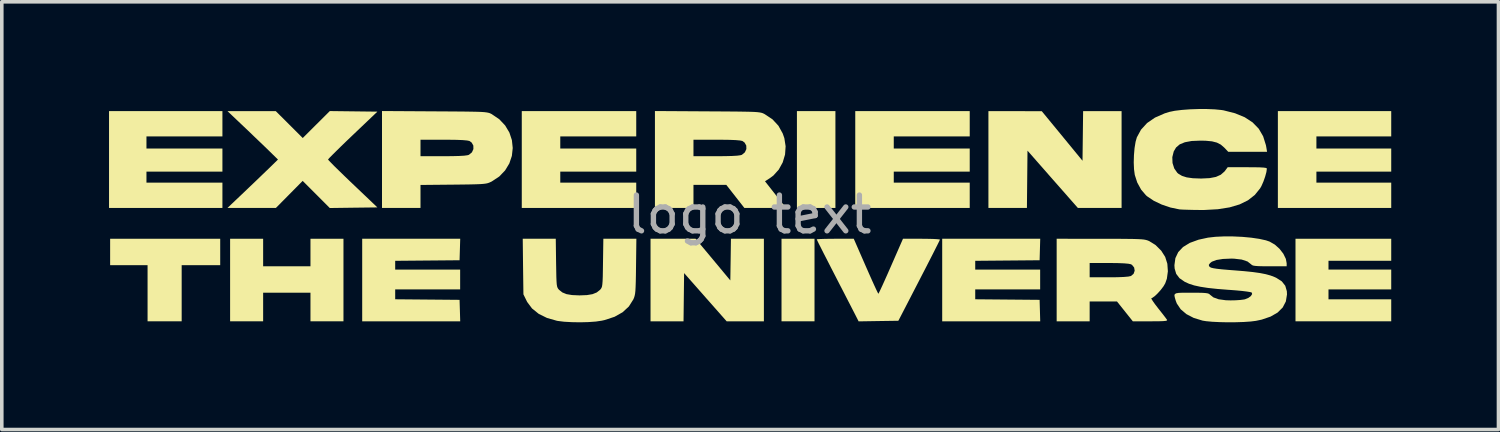
<source format=kicad_pcb>
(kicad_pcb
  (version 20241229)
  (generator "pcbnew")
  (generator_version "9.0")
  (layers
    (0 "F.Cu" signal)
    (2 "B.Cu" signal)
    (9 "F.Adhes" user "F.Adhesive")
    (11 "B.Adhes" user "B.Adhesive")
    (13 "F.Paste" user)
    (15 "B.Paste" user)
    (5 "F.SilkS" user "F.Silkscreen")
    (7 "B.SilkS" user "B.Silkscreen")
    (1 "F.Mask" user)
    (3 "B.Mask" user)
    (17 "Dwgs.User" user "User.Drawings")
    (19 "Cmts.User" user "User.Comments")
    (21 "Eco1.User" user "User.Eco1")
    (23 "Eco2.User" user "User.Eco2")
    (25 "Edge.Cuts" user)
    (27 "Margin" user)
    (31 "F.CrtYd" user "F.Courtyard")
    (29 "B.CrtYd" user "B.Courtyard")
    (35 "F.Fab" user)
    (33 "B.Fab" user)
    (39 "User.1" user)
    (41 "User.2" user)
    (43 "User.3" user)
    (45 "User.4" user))
  (footprint "logo text"
    (layer "F.Cu")
    (at 17.919 2.952)
    (property "Reference" "logo text" (at 0 0 0) (layer "F.Fab") (effects (font (size 1 1) (thickness 0.15))))
    (attr board_only exclude_from_pos_files exclude_from_bom)
    (fp_poly (pts (xy 1.816 2.986) (xy 0.893 2.986) (xy 0.893 0.677) (xy 1.816 0.677)) (stroke (width 0) (type solid)) (fill yes) (layer "F.SilkS"))
    (fp_poly (pts (xy 2.401 -0.185) (xy 1.324 -0.185) (xy 1.324 -2.894) (xy 2.401 -2.894)) (stroke (width 0) (type solid)) (fill yes) (layer "F.SilkS"))
    (fp_poly (pts (xy -14.809 1.416) (xy -15.887 1.416) (xy -15.887 2.986) (xy -16.841 2.986) (xy -16.841 1.416) (xy -17.888 1.416) (xy -17.888 0.677) (xy -14.809 0.677)) (stroke (width 0) (type solid)) (fill yes) (layer "F.SilkS"))
    (fp_poly (pts (xy -14.747 -2.186) (xy -16.872 -2.186) (xy -16.872 -1.847) (xy -14.747 -1.847) (xy -14.747 -1.201) (xy -16.872 -1.201) (xy -16.872 -0.893) (xy -14.747 -0.893) (xy -14.747 -0.185) (xy -17.919 -0.185) (xy -17.919 -2.894) (xy -14.747 -2.894)) (stroke (width 0) (type solid)) (fill yes) (layer "F.SilkS"))
    (fp_poly (pts (xy -13.608 1.447) (xy -12.284 1.447) (xy -12.284 0.677) (xy -11.361 0.677) (xy -11.361 2.986) (xy -12.284 2.986) (xy -12.284 2.186) (xy -13.608 2.186) (xy -13.608 2.986) (xy -14.532 2.986) (xy -14.532 0.677) (xy -13.608 0.677)) (stroke (width 0) (type solid)) (fill yes) (layer "F.SilkS"))
    (fp_poly (pts (xy -3.171 -2.186) (xy -5.296 -2.186) (xy -5.296 -1.847) (xy -3.171 -1.847) (xy -3.171 -1.201) (xy -5.296 -1.201) (xy -5.296 -0.893) (xy -3.171 -0.893) (xy -3.171 -0.185) (xy -6.373 -0.185) (xy -6.373 -2.894) (xy -3.171 -2.894)) (stroke (width 0) (type solid)) (fill yes) (layer "F.SilkS"))
    (fp_poly (pts (xy 6.158 -2.186) (xy 4.033 -2.186) (xy 4.033 -1.847) (xy 6.158 -1.847) (xy 6.158 -1.201) (xy 4.033 -1.201) (xy 4.033 -0.893) (xy 6.158 -0.893) (xy 6.158 -0.185) (xy 2.956 -0.185) (xy 2.956 -2.894) (xy 6.158 -2.894)) (stroke (width 0) (type solid)) (fill yes) (layer "F.SilkS"))
    (fp_poly (pts (xy 17.949 -2.186) (xy 15.856 -2.186) (xy 15.856 -1.847) (xy 17.949 -1.847) (xy 17.949 -1.201) (xy 15.856 -1.201) (xy 15.856 -0.893) (xy 17.949 -0.893) (xy 17.949 -0.185) (xy 14.778 -0.185) (xy 14.778 -2.894) (xy 17.949 -2.894)) (stroke (width 0) (type solid)) (fill yes) (layer "F.SilkS"))
    (fp_poly (pts (xy 17.949 1.293) (xy 16.194 1.293) (xy 16.194 1.539) (xy 17.949 1.539) (xy 17.949 2.094) (xy 16.194 2.094) (xy 16.194 2.371) (xy 17.949 2.371) (xy 17.949 2.986) (xy 15.271 2.986) (xy 15.271 0.677) (xy 17.949 0.677)) (stroke (width 0) (type solid)) (fill yes) (layer "F.SilkS"))
    (fp_poly (pts (xy -1.024 1.259) (xy -0.539 1.842) (xy -0.53 1.259) (xy -0.522 0.677) (xy 0.4 0.677) (xy 0.4 2.986) (xy -0.642 2.986) (xy -1.237 2.312) (xy -1.832 1.637) (xy -1.848 2.986) (xy -2.771 2.986) (xy -2.771 0.677) (xy -1.51 0.677)) (stroke (width 0) (type solid)) (fill yes) (layer "F.SilkS"))
    (fp_poly (pts (xy -8.113 1.278) (xy -9.013 1.286) (xy -9.914 1.294) (xy -9.914 1.539) (xy -8.097 1.539) (xy -8.097 2.094) (xy -9.914 2.094) (xy -9.914 2.37) (xy -9.013 2.378) (xy -8.113 2.386) (xy -8.095 2.986) (xy -10.837 2.986) (xy -10.837 0.677) (xy -8.095 0.677)) (stroke (width 0) (type solid)) (fill yes) (layer "F.SilkS"))
    (fp_poly (pts (xy 8.113 1.278) (xy 7.212 1.286) (xy 6.312 1.294) (xy 6.312 1.539) (xy 8.128 1.539) (xy 8.128 2.094) (xy 6.312 2.094) (xy 6.312 2.37) (xy 7.212 2.378) (xy 8.113 2.386) (xy 8.13 2.986) (xy 5.388 2.986) (xy 5.388 0.677) (xy 8.13 0.677)) (stroke (width 0) (type solid)) (fill yes) (layer "F.SilkS"))
    (fp_poly (pts (xy 10.406 -0.185) (xy 9.183 -0.185) (xy 8.478 -0.986) (xy 7.774 -1.788) (xy 7.766 -0.986) (xy 7.758 -0.185) (xy 6.681 -0.185) (xy 6.681 -2.894) (xy 7.428 -2.893) (xy 8.174 -2.891) (xy 8.744 -2.198) (xy 9.313 -1.505) (xy 9.33 -2.894) (xy 10.406 -2.894)) (stroke (width 0) (type solid)) (fill yes) (layer "F.SilkS"))
    (fp_poly (pts (xy -11.078 -2.887) (xy -10.412 -2.879) (xy -11.102 -2.222) (xy -11.273 -2.059) (xy -11.428 -1.909) (xy -11.562 -1.777) (xy -11.671 -1.669) (xy -11.748 -1.591) (xy -11.787 -1.547) (xy -11.792 -1.539) (xy -11.77 -1.512) (xy -11.709 -1.449) (xy -11.615 -1.353) (xy -11.491 -1.232) (xy -11.344 -1.089) (xy -11.18 -0.931) (xy -11.102 -0.857) (xy -10.412 -0.2) (xy -11.078 -0.192) (xy -11.744 -0.183) (xy -12.123 -0.563) (xy -12.502 -0.942) (xy -13.251 -0.185) (xy -14.606 -0.185) (xy -14.161 -0.607) (xy -14.002 -0.759) (xy -13.837 -0.916) (xy -13.68 -1.067) (xy -13.543 -1.199) (xy -13.454 -1.284) (xy -13.193 -1.539) (xy -13.454 -1.794) (xy -13.564 -1.901) (xy -13.705 -2.036) (xy -13.865 -2.189) (xy -14.029 -2.347) (xy -14.161 -2.472) (xy -14.606 -2.894) (xy -13.255 -2.894) (xy -12.877 -2.517) (xy -12.5 -2.141) (xy -12.122 -2.518) (xy -11.743 -2.895)) (stroke (width 0) (type solid)) (fill yes) (layer "F.SilkS"))
    (fp_poly (pts (xy 3.25 1.446) (xy 3.339 1.648) (xy 3.42 1.83) (xy 3.49 1.985) (xy 3.546 2.106) (xy 3.585 2.185) (xy 3.602 2.216) (xy 3.602 2.216) (xy 3.618 2.189) (xy 3.655 2.113) (xy 3.71 1.995) (xy 3.779 1.842) (xy 3.86 1.661) (xy 3.948 1.46) (xy 3.954 1.447) (xy 4.291 0.677) (xy 4.808 0.677) (xy 4.979 0.679) (xy 5.126 0.682) (xy 5.239 0.688) (xy 5.308 0.695) (xy 5.325 0.7) (xy 5.311 0.732) (xy 5.272 0.812) (xy 5.21 0.935) (xy 5.129 1.096) (xy 5.031 1.287) (xy 4.92 1.504) (xy 4.798 1.74) (xy 4.743 1.847) (xy 4.162 2.971) (xy 3.606 2.979) (xy 3.05 2.988) (xy 2.983 2.856) (xy 2.954 2.799) (xy 2.9 2.694) (xy 2.825 2.548) (xy 2.733 2.37) (xy 2.628 2.165) (xy 2.512 1.941) (xy 2.397 1.717) (xy 2.279 1.488) (xy 2.171 1.276) (xy 2.074 1.088) (xy 1.994 0.929) (xy 1.932 0.807) (xy 1.893 0.726) (xy 1.878 0.694) (xy 1.878 0.694) (xy 1.907 0.688) (xy 1.988 0.684) (xy 2.11 0.68) (xy 2.263 0.678) (xy 2.396 0.677) (xy 2.914 0.677)) (stroke (width 0) (type solid)) (fill yes) (layer "F.SilkS"))
    (fp_poly (pts (xy -8.813 -2.887) (xy -8.474 -2.885) (xy -8.191 -2.883) (xy -7.959 -2.881) (xy -7.771 -2.878) (xy -7.623 -2.875) (xy -7.508 -2.871) (xy -7.421 -2.865) (xy -7.356 -2.857) (xy -7.308 -2.848) (xy -7.271 -2.837) (xy -7.24 -2.823) (xy -7.213 -2.809) (xy -7.001 -2.665) (xy -6.837 -2.491) (xy -6.719 -2.293) (xy -6.649 -2.081) (xy -6.626 -1.861) (xy -6.65 -1.641) (xy -6.721 -1.43) (xy -6.839 -1.235) (xy -7.003 -1.064) (xy -7.214 -0.925) (xy -7.233 -0.916) (xy -7.276 -0.896) (xy -7.319 -0.88) (xy -7.371 -0.868) (xy -7.439 -0.859) (xy -7.531 -0.852) (xy -7.653 -0.847) (xy -7.815 -0.843) (xy -8.022 -0.84) (xy -8.284 -0.837) (xy -8.29 -0.837) (xy -9.206 -0.828) (xy -9.206 -0.185) (xy -10.283 -0.185) (xy -10.283 -1.632) (xy -9.206 -1.632) (xy -8.567 -1.632) (xy -8.317 -1.634) (xy -8.125 -1.639) (xy -7.985 -1.647) (xy -7.894 -1.659) (xy -7.852 -1.671) (xy -7.767 -1.741) (xy -7.726 -1.833) (xy -7.728 -1.93) (xy -7.775 -2.014) (xy -7.838 -2.059) (xy -7.902 -2.072) (xy -8.024 -2.083) (xy -8.201 -2.09) (xy -8.431 -2.093) (xy -8.56 -2.094) (xy -9.206 -2.094) (xy -9.206 -1.632) (xy -10.283 -1.632) (xy -10.283 -2.896)) (stroke (width 0) (type solid)) (fill yes) (layer "F.SilkS"))
    (fp_poly (pts (xy -5.413 1.352) (xy -5.409 1.573) (xy -5.406 1.74) (xy -5.401 1.863) (xy -5.395 1.95) (xy -5.385 2.009) (xy -5.371 2.05) (xy -5.353 2.079) (xy -5.329 2.106) (xy -5.239 2.178) (xy -5.122 2.226) (xy -4.966 2.252) (xy -4.762 2.261) (xy -4.757 2.261) (xy -4.551 2.253) (xy -4.395 2.227) (xy -4.276 2.179) (xy -4.186 2.108) (xy -4.184 2.106) (xy -4.16 2.078) (xy -4.142 2.048) (xy -4.128 2.008) (xy -4.119 1.948) (xy -4.112 1.86) (xy -4.107 1.735) (xy -4.104 1.566) (xy -4.101 1.352) (xy -4.091 0.677) (xy -3.167 0.677) (xy -3.177 1.455) (xy -3.18 1.696) (xy -3.184 1.885) (xy -3.189 2.029) (xy -3.195 2.137) (xy -3.204 2.217) (xy -3.217 2.278) (xy -3.233 2.329) (xy -3.253 2.375) (xy -3.377 2.571) (xy -3.551 2.732) (xy -3.776 2.859) (xy -4.052 2.95) (xy -4.132 2.968) (xy -4.3 2.993) (xy -4.509 3.008) (xy -4.739 3.014) (xy -4.972 3.01) (xy -5.188 2.998) (xy -5.366 2.976) (xy -5.392 2.971) (xy -5.668 2.892) (xy -5.9 2.777) (xy -6.086 2.627) (xy -6.222 2.445) (xy -6.24 2.409) (xy -6.327 2.232) (xy -6.337 1.455) (xy -6.346 0.677) (xy -5.422 0.677)) (stroke (width 0) (type solid)) (fill yes) (layer "F.SilkS"))
    (fp_poly (pts (xy -1.178 -2.887) (xy -0.839 -2.885) (xy -0.556 -2.883) (xy -0.324 -2.881) (xy -0.136 -2.878) (xy 0.013 -2.875) (xy 0.128 -2.871) (xy 0.215 -2.865) (xy 0.279 -2.857) (xy 0.327 -2.848) (xy 0.364 -2.837) (xy 0.395 -2.823) (xy 0.422 -2.809) (xy 0.64 -2.664) (xy 0.806 -2.485) (xy 0.926 -2.269) (xy 0.972 -2.138) (xy 1.008 -1.91) (xy 0.992 -1.679) (xy 0.926 -1.458) (xy 0.816 -1.258) (xy 0.665 -1.091) (xy 0.565 -1.017) (xy 0.431 -0.931) (xy 0.682 -0.612) (xy 0.779 -0.488) (xy 0.867 -0.377) (xy 0.935 -0.292) (xy 0.976 -0.242) (xy 0.979 -0.239) (xy 0.992 -0.22) (xy 0.989 -0.206) (xy 0.963 -0.197) (xy 0.906 -0.19) (xy 0.811 -0.187) (xy 0.671 -0.185) (xy 0.477 -0.185) (xy 0.44 -0.185) (xy -0.146 -0.185) (xy -0.399 -0.508) (xy -0.652 -0.831) (xy -1.57 -0.831) (xy -1.57 -0.185) (xy -2.648 -0.185) (xy -2.648 -1.632) (xy -1.57 -1.632) (xy -0.931 -1.632) (xy -0.682 -1.634) (xy -0.489 -1.639) (xy -0.35 -1.647) (xy -0.259 -1.659) (xy -0.216 -1.671) (xy -0.132 -1.741) (xy -0.09 -1.833) (xy -0.093 -1.93) (xy -0.14 -2.014) (xy -0.203 -2.059) (xy -0.267 -2.072) (xy -0.389 -2.083) (xy -0.566 -2.09) (xy -0.796 -2.093) (xy -0.925 -2.094) (xy -1.57 -2.094) (xy -1.57 -1.632) (xy -2.648 -1.632) (xy -2.648 -2.896)) (stroke (width 0) (type solid)) (fill yes) (layer "F.SilkS"))
    (fp_poly (pts (xy 9.814 0.678) (xy 10.122 0.678) (xy 10.374 0.679) (xy 10.578 0.681) (xy 10.739 0.683) (xy 10.864 0.687) (xy 10.959 0.692) (xy 11.03 0.699) (xy 11.083 0.709) (xy 11.126 0.721) (xy 11.163 0.736) (xy 11.176 0.741) (xy 11.358 0.854) (xy 11.515 1.011) (xy 11.626 1.185) (xy 11.686 1.376) (xy 11.701 1.587) (xy 11.673 1.794) (xy 11.627 1.924) (xy 11.575 2.012) (xy 11.501 2.109) (xy 11.417 2.203) (xy 11.335 2.281) (xy 11.267 2.33) (xy 11.238 2.34) (xy 11.243 2.362) (xy 11.281 2.423) (xy 11.345 2.513) (xy 11.43 2.623) (xy 11.431 2.625) (xy 11.522 2.74) (xy 11.6 2.84) (xy 11.655 2.913) (xy 11.68 2.948) (xy 11.676 2.963) (xy 11.64 2.974) (xy 11.564 2.981) (xy 11.441 2.985) (xy 11.266 2.986) (xy 11.211 2.986) (xy 10.72 2.986) (xy 10.278 2.432) (xy 9.513 2.432) (xy 9.513 2.986) (xy 8.59 2.986) (xy 8.59 1.755) (xy 9.513 1.755) (xy 10.051 1.755) (xy 10.282 1.753) (xy 10.464 1.746) (xy 10.593 1.735) (xy 10.664 1.72) (xy 10.667 1.719) (xy 10.742 1.657) (xy 10.772 1.571) (xy 10.758 1.483) (xy 10.699 1.409) (xy 10.666 1.39) (xy 10.601 1.376) (xy 10.479 1.365) (xy 10.306 1.358) (xy 10.088 1.355) (xy 10.051 1.355) (xy 9.513 1.355) (xy 9.513 1.755) (xy 8.59 1.755) (xy 8.59 0.677)) (stroke (width 0) (type solid)) (fill yes) (layer "F.SilkS"))
    (fp_poly (pts (xy 13.012 -2.943) (xy 13.196 -2.925) (xy 13.255 -2.916) (xy 13.579 -2.834) (xy 13.851 -2.722) (xy 14.071 -2.578) (xy 14.243 -2.401) (xy 14.366 -2.189) (xy 14.444 -1.94) (xy 14.454 -1.886) (xy 14.476 -1.755) (xy 13.39 -1.755) (xy 13.276 -1.875) (xy 13.181 -1.957) (xy 13.072 -2.013) (xy 12.935 -2.048) (xy 12.758 -2.065) (xy 12.608 -2.068) (xy 12.366 -2.058) (xy 12.177 -2.023) (xy 12.033 -1.964) (xy 11.93 -1.876) (xy 11.865 -1.766) (xy 11.825 -1.606) (xy 11.831 -1.442) (xy 11.879 -1.29) (xy 11.964 -1.169) (xy 11.992 -1.144) (xy 12.096 -1.082) (xy 12.228 -1.04) (xy 12.399 -1.016) (xy 12.618 -1.008) (xy 12.64 -1.008) (xy 12.868 -1.019) (xy 13.045 -1.053) (xy 13.181 -1.114) (xy 13.284 -1.204) (xy 13.303 -1.228) (xy 13.374 -1.324) (xy 13.922 -1.324) (xy 14.127 -1.323) (xy 14.277 -1.32) (xy 14.38 -1.314) (xy 14.441 -1.305) (xy 14.468 -1.292) (xy 14.47 -1.284) (xy 14.457 -1.189) (xy 14.422 -1.061) (xy 14.374 -0.924) (xy 14.319 -0.799) (xy 14.281 -0.732) (xy 14.132 -0.548) (xy 13.942 -0.399) (xy 13.708 -0.284) (xy 13.428 -0.201) (xy 13.099 -0.149) (xy 12.72 -0.128) (xy 12.592 -0.128) (xy 12.419 -0.13) (xy 12.262 -0.134) (xy 12.133 -0.138) (xy 12.046 -0.143) (xy 12.023 -0.145) (xy 11.773 -0.197) (xy 11.528 -0.28) (xy 11.306 -0.386) (xy 11.123 -0.509) (xy 11.089 -0.538) (xy 10.953 -0.697) (xy 10.844 -0.896) (xy 10.775 -1.11) (xy 10.754 -1.267) (xy 10.746 -1.457) (xy 10.752 -1.662) (xy 10.769 -1.861) (xy 10.798 -2.037) (xy 10.833 -2.16) (xy 10.95 -2.375) (xy 11.119 -2.56) (xy 11.34 -2.712) (xy 11.612 -2.831) (xy 11.744 -2.872) (xy 11.895 -2.903) (xy 12.092 -2.927) (xy 12.318 -2.944) (xy 12.557 -2.952) (xy 12.794 -2.952)) (stroke (width 0) (type solid)) (fill yes) (layer "F.SilkS"))
    (fp_poly (pts (xy 13.528 0.612) (xy 13.786 0.624) (xy 14.034 0.647) (xy 14.258 0.68) (xy 14.444 0.721) (xy 14.546 0.756) (xy 14.692 0.84) (xy 14.824 0.958) (xy 14.931 1.096) (xy 15.001 1.24) (xy 15.024 1.362) (xy 15.024 1.447) (xy 14.551 1.447) (xy 14.366 1.446) (xy 14.233 1.443) (xy 14.142 1.436) (xy 14.084 1.426) (xy 14.05 1.41) (xy 14.035 1.396) (xy 13.928 1.313) (xy 13.766 1.259) (xy 13.553 1.234) (xy 13.476 1.232) (xy 13.24 1.242) (xy 13.058 1.271) (xy 12.931 1.319) (xy 12.881 1.359) (xy 12.846 1.407) (xy 12.854 1.443) (xy 12.875 1.466) (xy 12.908 1.485) (xy 12.972 1.501) (xy 13.073 1.517) (xy 13.219 1.533) (xy 13.416 1.55) (xy 13.535 1.559) (xy 13.832 1.583) (xy 14.076 1.608) (xy 14.276 1.636) (xy 14.439 1.668) (xy 14.576 1.706) (xy 14.693 1.751) (xy 14.737 1.772) (xy 14.889 1.87) (xy 14.985 1.992) (xy 15.029 2.144) (xy 15.033 2.235) (xy 15.001 2.431) (xy 14.913 2.6) (xy 14.771 2.741) (xy 14.575 2.854) (xy 14.326 2.939) (xy 14.166 2.973) (xy 14.016 2.992) (xy 13.825 3.005) (xy 13.607 3.012) (xy 13.377 3.014) (xy 13.151 3.009) (xy 12.945 2.999) (xy 12.772 2.983) (xy 12.672 2.967) (xy 12.425 2.892) (xy 12.219 2.785) (xy 12.059 2.649) (xy 11.951 2.488) (xy 11.92 2.406) (xy 11.896 2.324) (xy 11.884 2.266) (xy 11.894 2.227) (xy 11.932 2.203) (xy 12.006 2.191) (xy 12.124 2.186) (xy 12.293 2.186) (xy 12.358 2.186) (xy 12.543 2.187) (xy 12.676 2.19) (xy 12.767 2.197) (xy 12.824 2.207) (xy 12.859 2.223) (xy 12.873 2.237) (xy 12.974 2.317) (xy 13.122 2.37) (xy 13.322 2.397) (xy 13.454 2.401) (xy 13.597 2.398) (xy 13.729 2.389) (xy 13.829 2.376) (xy 13.858 2.37) (xy 13.953 2.331) (xy 14.023 2.279) (xy 14.058 2.224) (xy 14.047 2.181) (xy 14.006 2.169) (xy 13.914 2.154) (xy 13.777 2.137) (xy 13.607 2.121) (xy 13.412 2.106) (xy 13.403 2.106) (xy 13.087 2.081) (xy 12.825 2.053) (xy 12.611 2.02) (xy 12.436 1.982) (xy 12.293 1.936) (xy 12.174 1.882) (xy 12.174 1.882) (xy 12.026 1.78) (xy 11.934 1.659) (xy 11.89 1.509) (xy 11.884 1.417) (xy 11.911 1.219) (xy 11.991 1.05) (xy 12.126 0.907) (xy 12.315 0.792) (xy 12.56 0.703) (xy 12.823 0.646) (xy 13.033 0.622) (xy 13.272 0.611)) (stroke (width 0) (type solid)) (fill yes) (layer "F.SilkS")))
  (gr_rect
    (start -3 -3)
    (end 38.868 8.966)
    (stroke (width 0.1) (type default))
    (fill no)
    (layer "Edge.Cuts")))
</source>
